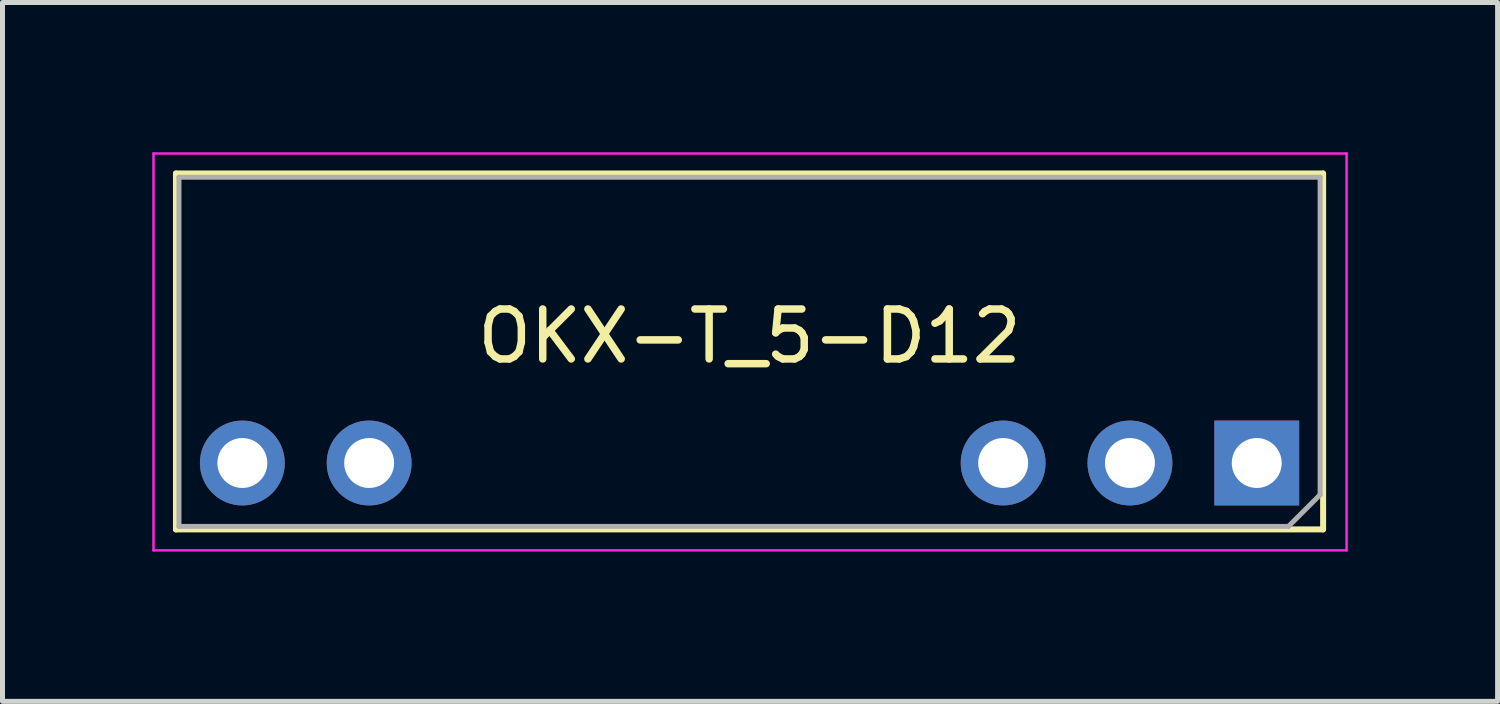
<source format=kicad_pcb>
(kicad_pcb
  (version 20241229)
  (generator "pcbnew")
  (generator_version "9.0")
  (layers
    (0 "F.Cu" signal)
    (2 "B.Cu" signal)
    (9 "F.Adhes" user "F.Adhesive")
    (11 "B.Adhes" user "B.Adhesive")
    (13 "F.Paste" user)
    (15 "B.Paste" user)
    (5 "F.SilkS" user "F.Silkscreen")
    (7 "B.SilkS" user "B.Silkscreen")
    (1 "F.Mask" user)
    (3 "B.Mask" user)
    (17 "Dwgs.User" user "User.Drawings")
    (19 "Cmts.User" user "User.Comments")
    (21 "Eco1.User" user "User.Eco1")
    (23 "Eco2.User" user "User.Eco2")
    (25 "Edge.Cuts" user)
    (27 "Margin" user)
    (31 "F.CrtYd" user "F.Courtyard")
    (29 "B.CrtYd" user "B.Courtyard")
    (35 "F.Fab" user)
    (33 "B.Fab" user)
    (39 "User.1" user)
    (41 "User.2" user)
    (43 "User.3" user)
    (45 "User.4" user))
  (footprint "OKX-T_5-D12"
    (layer "F.Cu")
    (at 22.125 6.225)
    (property "Reference" "OKX-T_5-D12" (at -10.16 -2.54 0) (layer "F.SilkS") (effects (font (size 1 1) (thickness 0.15))))
    (attr through_hole)
    (fp_line (start -21.65 -5.8) (end -21.65 1.33) (stroke (width 0.12) (type solid)) (layer "F.SilkS"))
    (fp_line (start 1.325 -5.8) (end -21.65 -5.8) (stroke (width 0.12) (type solid)) (layer "F.SilkS"))
    (fp_line (start 1.325 1.33) (end -21.65 1.33) (stroke (width 0.12) (type solid)) (layer "F.SilkS"))
    (fp_line (start 1.33 -5.8) (end 1.33 1.33) (stroke (width 0.12) (type solid)) (layer "F.SilkS"))
    (fp_line (start -22.1 -6.2) (end 1.8 -6.2) (stroke (width 0.05) (type solid)) (layer "F.CrtYd"))
    (fp_line (start -22.1 1.75) (end -22.1 -6.2) (stroke (width 0.05) (type solid)) (layer "F.CrtYd"))
    (fp_line (start 1.8 -6.2) (end 1.8 1.75) (stroke (width 0.05) (type solid)) (layer "F.CrtYd"))
    (fp_line (start 1.8 1.75) (end -22.1 1.75) (stroke (width 0.05) (type solid)) (layer "F.CrtYd"))
    (fp_line (start -21.59 -5.725) (end 1.27 -5.725) (stroke (width 0.1) (type solid)) (layer "F.Fab"))
    (fp_line (start -21.59 1.27) (end -21.59 -5.725) (stroke (width 0.1) (type solid)) (layer "F.Fab"))
    (fp_line (start 0.635 1.27) (end -21.59 1.27) (stroke (width 0.1) (type solid)) (layer "F.Fab"))
    (fp_line (start 1.27 -5.725) (end 1.27 0.635) (stroke (width 0.1) (type solid)) (layer "F.Fab"))
    (fp_line (start 1.27 0.635) (end 0.635 1.27) (stroke (width 0.1) (type solid)) (layer "F.Fab"))
    (pad "1" thru_hole rect (at 0 0 270) (size 1.7 1.7) (drill 1) (layers "*.Cu" "*.Mask"))
    (pad "2" thru_hole oval (at -2.54 0 270) (size 1.7 1.7) (drill 1) (layers "*.Cu" "*.Mask"))
    (pad "3" thru_hole oval (at -5.08 0 270) (size 1.7 1.7) (drill 1) (layers "*.Cu" "*.Mask"))
    (pad "4" thru_hole oval (at -17.78 0 270) (size 1.7 1.7) (drill 1) (layers "*.Cu" "*.Mask"))
    (pad "5" thru_hole oval (at -20.32 0 270) (size 1.7 1.7) (drill 1) (layers "*.Cu" "*.Mask")))
  (gr_rect
    (start -3 -3)
    (end 26.95 11)
    (stroke (width 0.1) (type default))
    (fill no)
    (layer "Edge.Cuts")))
</source>
